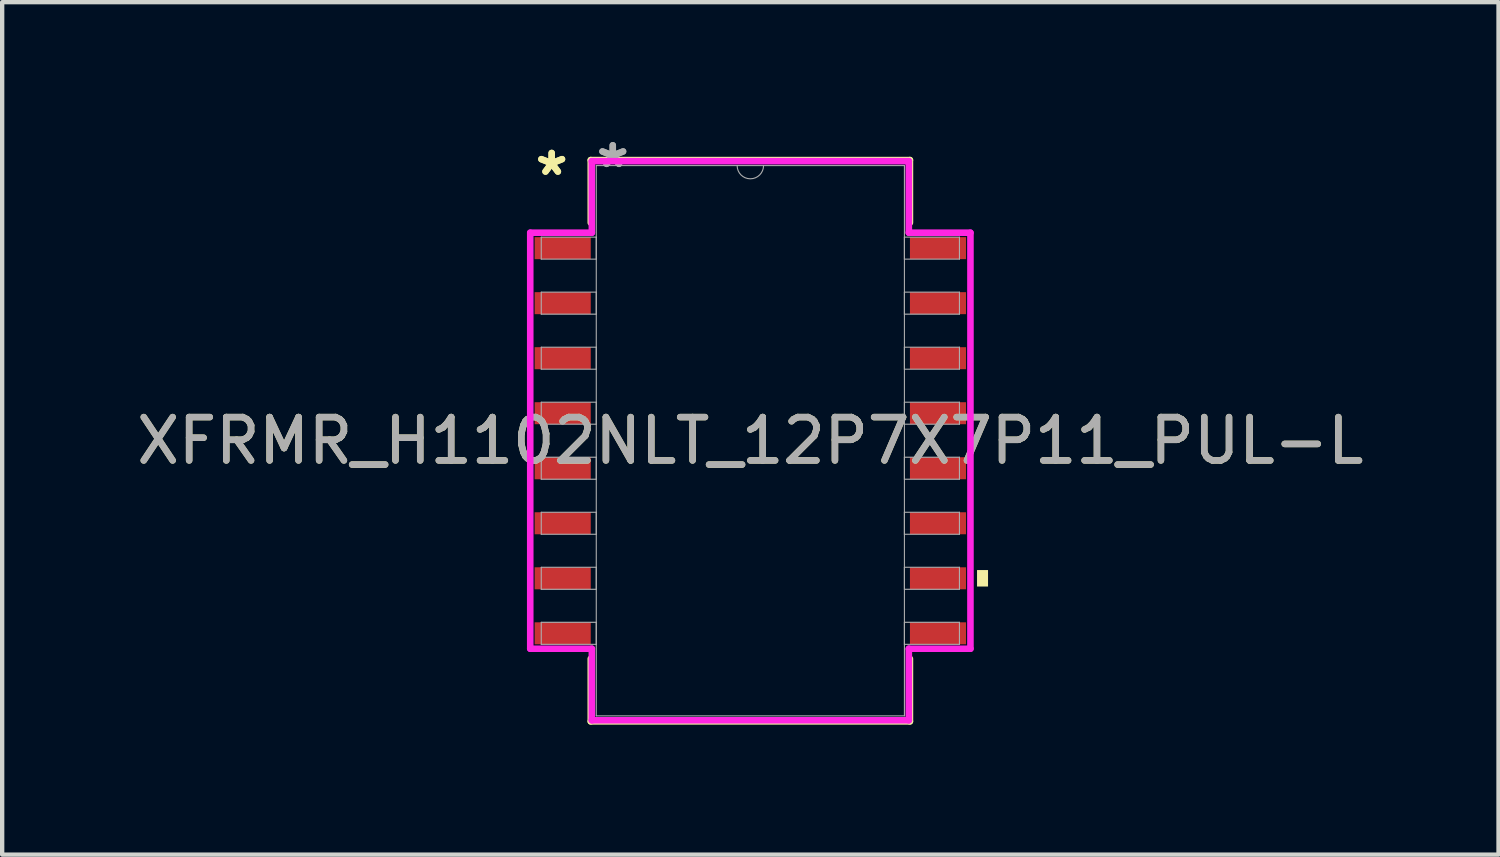
<source format=kicad_pcb>
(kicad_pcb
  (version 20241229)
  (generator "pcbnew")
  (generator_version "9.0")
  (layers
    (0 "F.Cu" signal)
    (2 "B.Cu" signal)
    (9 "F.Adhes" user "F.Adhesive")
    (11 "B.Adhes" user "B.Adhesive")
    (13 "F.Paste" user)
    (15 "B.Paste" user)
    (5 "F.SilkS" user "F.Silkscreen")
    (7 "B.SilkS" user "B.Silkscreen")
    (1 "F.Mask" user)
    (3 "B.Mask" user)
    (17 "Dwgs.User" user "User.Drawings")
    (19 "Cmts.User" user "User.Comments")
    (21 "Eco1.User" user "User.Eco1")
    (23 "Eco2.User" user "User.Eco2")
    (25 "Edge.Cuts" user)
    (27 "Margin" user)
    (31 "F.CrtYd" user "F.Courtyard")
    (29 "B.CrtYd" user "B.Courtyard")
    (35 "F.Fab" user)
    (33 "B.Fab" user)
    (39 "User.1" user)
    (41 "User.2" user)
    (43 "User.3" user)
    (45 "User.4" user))
  (footprint "XFRMR_H1102NLT_12P7X7P11_PUL-L"
    (layer "F.Cu")
    (at 14.268 7.122)
    (property "Reference" "XFRMR_H1102NLT_12P7X7P11_PUL-L" (at 0 0 0) (unlocked yes) (layer "F.SilkS") (effects (font (size 1 1) (thickness 0.15))))
    (attr smd)
    (fp_line (start -3.683 -6.477) (end -3.683 -5.032) (stroke (width 0.152) (type solid)) (layer "F.SilkS"))
    (fp_line (start -3.683 5.032) (end -3.683 6.477) (stroke (width 0.152) (type solid)) (layer "F.SilkS"))
    (fp_line (start -3.683 6.477) (end 3.683 6.477) (stroke (width 0.152) (type solid)) (layer "F.SilkS"))
    (fp_line (start 3.683 -6.477) (end -3.683 -6.477) (stroke (width 0.152) (type solid)) (layer "F.SilkS"))
    (fp_line (start 3.683 -5.032) (end 3.683 -6.477) (stroke (width 0.152) (type solid)) (layer "F.SilkS"))
    (fp_line (start 3.683 6.477) (end 3.683 5.032) (stroke (width 0.152) (type solid)) (layer "F.SilkS"))
    (fp_poly (pts (xy 5.486 2.985) (xy 5.486 3.365) (xy 5.232 3.365) (xy 5.232 2.985)) (stroke (width 0) (type solid)) (fill yes) (layer "F.SilkS"))
    (fp_line (start -5.08 -4.801) (end -3.658 -4.801) (stroke (width 0.152) (type solid)) (layer "F.CrtYd"))
    (fp_line (start -5.08 4.801) (end -5.08 -4.801) (stroke (width 0.152) (type solid)) (layer "F.CrtYd"))
    (fp_line (start -5.08 4.801) (end -3.658 4.801) (stroke (width 0.152) (type solid)) (layer "F.CrtYd"))
    (fp_line (start -3.658 -6.452) (end 3.658 -6.452) (stroke (width 0.152) (type solid)) (layer "F.CrtYd"))
    (fp_line (start -3.658 -4.801) (end -3.658 -6.452) (stroke (width 0.152) (type solid)) (layer "F.CrtYd"))
    (fp_line (start -3.658 6.452) (end -3.658 4.801) (stroke (width 0.152) (type solid)) (layer "F.CrtYd"))
    (fp_line (start 3.658 -6.452) (end 3.658 -4.801) (stroke (width 0.152) (type solid)) (layer "F.CrtYd"))
    (fp_line (start 3.658 4.801) (end 3.658 6.452) (stroke (width 0.152) (type solid)) (layer "F.CrtYd"))
    (fp_line (start 3.658 6.452) (end -3.658 6.452) (stroke (width 0.152) (type solid)) (layer "F.CrtYd"))
    (fp_line (start 5.08 -4.801) (end 3.658 -4.801) (stroke (width 0.152) (type solid)) (layer "F.CrtYd"))
    (fp_line (start 5.08 -4.801) (end 5.08 4.801) (stroke (width 0.152) (type solid)) (layer "F.CrtYd"))
    (fp_line (start 5.08 4.801) (end 3.658 4.801) (stroke (width 0.152) (type solid)) (layer "F.CrtYd"))
    (fp_line (start -4.826 -4.699) (end -4.826 -4.191) (stroke (width 0.025) (type solid)) (layer "F.Fab"))
    (fp_line (start -4.826 -4.191) (end -3.556 -4.191) (stroke (width 0.025) (type solid)) (layer "F.Fab"))
    (fp_line (start -4.826 -3.429) (end -4.826 -2.921) (stroke (width 0.025) (type solid)) (layer "F.Fab"))
    (fp_line (start -4.826 -2.921) (end -3.556 -2.921) (stroke (width 0.025) (type solid)) (layer "F.Fab"))
    (fp_line (start -4.826 -2.159) (end -4.826 -1.651) (stroke (width 0.025) (type solid)) (layer "F.Fab"))
    (fp_line (start -4.826 -1.651) (end -3.556 -1.651) (stroke (width 0.025) (type solid)) (layer "F.Fab"))
    (fp_line (start -4.826 -0.889) (end -4.826 -0.381) (stroke (width 0.025) (type solid)) (layer "F.Fab"))
    (fp_line (start -4.826 -0.381) (end -3.556 -0.381) (stroke (width 0.025) (type solid)) (layer "F.Fab"))
    (fp_line (start -4.826 0.381) (end -4.826 0.889) (stroke (width 0.025) (type solid)) (layer "F.Fab"))
    (fp_line (start -4.826 0.889) (end -3.556 0.889) (stroke (width 0.025) (type solid)) (layer "F.Fab"))
    (fp_line (start -4.826 1.651) (end -4.826 2.159) (stroke (width 0.025) (type solid)) (layer "F.Fab"))
    (fp_line (start -4.826 2.159) (end -3.556 2.159) (stroke (width 0.025) (type solid)) (layer "F.Fab"))
    (fp_line (start -4.826 2.921) (end -4.826 3.429) (stroke (width 0.025) (type solid)) (layer "F.Fab"))
    (fp_line (start -4.826 3.429) (end -3.556 3.429) (stroke (width 0.025) (type solid)) (layer "F.Fab"))
    (fp_line (start -4.826 4.191) (end -4.826 4.699) (stroke (width 0.025) (type solid)) (layer "F.Fab"))
    (fp_line (start -4.826 4.699) (end -3.556 4.699) (stroke (width 0.025) (type solid)) (layer "F.Fab"))
    (fp_line (start -3.556 -6.35) (end -3.556 6.35) (stroke (width 0.025) (type solid)) (layer "F.Fab"))
    (fp_line (start -3.556 -4.699) (end -4.826 -4.699) (stroke (width 0.025) (type solid)) (layer "F.Fab"))
    (fp_line (start -3.556 -4.191) (end -3.556 -4.699) (stroke (width 0.025) (type solid)) (layer "F.Fab"))
    (fp_line (start -3.556 -3.429) (end -4.826 -3.429) (stroke (width 0.025) (type solid)) (layer "F.Fab"))
    (fp_line (start -3.556 -2.921) (end -3.556 -3.429) (stroke (width 0.025) (type solid)) (layer "F.Fab"))
    (fp_line (start -3.556 -2.159) (end -4.826 -2.159) (stroke (width 0.025) (type solid)) (layer "F.Fab"))
    (fp_line (start -3.556 -1.651) (end -3.556 -2.159) (stroke (width 0.025) (type solid)) (layer "F.Fab"))
    (fp_line (start -3.556 -0.889) (end -4.826 -0.889) (stroke (width 0.025) (type solid)) (layer "F.Fab"))
    (fp_line (start -3.556 -0.381) (end -3.556 -0.889) (stroke (width 0.025) (type solid)) (layer "F.Fab"))
    (fp_line (start -3.556 0.381) (end -4.826 0.381) (stroke (width 0.025) (type solid)) (layer "F.Fab"))
    (fp_line (start -3.556 0.889) (end -3.556 0.381) (stroke (width 0.025) (type solid)) (layer "F.Fab"))
    (fp_line (start -3.556 1.651) (end -4.826 1.651) (stroke (width 0.025) (type solid)) (layer "F.Fab"))
    (fp_line (start -3.556 2.159) (end -3.556 1.651) (stroke (width 0.025) (type solid)) (layer "F.Fab"))
    (fp_line (start -3.556 2.921) (end -4.826 2.921) (stroke (width 0.025) (type solid)) (layer "F.Fab"))
    (fp_line (start -3.556 3.429) (end -3.556 2.921) (stroke (width 0.025) (type solid)) (layer "F.Fab"))
    (fp_line (start -3.556 4.191) (end -4.826 4.191) (stroke (width 0.025) (type solid)) (layer "F.Fab"))
    (fp_line (start -3.556 4.699) (end -3.556 4.191) (stroke (width 0.025) (type solid)) (layer "F.Fab"))
    (fp_line (start -3.556 6.35) (end 3.556 6.35) (stroke (width 0.025) (type solid)) (layer "F.Fab"))
    (fp_line (start 3.556 -6.35) (end -3.556 -6.35) (stroke (width 0.025) (type solid)) (layer "F.Fab"))
    (fp_line (start 3.556 -4.699) (end 3.556 -4.191) (stroke (width 0.025) (type solid)) (layer "F.Fab"))
    (fp_line (start 3.556 -4.191) (end 4.826 -4.191) (stroke (width 0.025) (type solid)) (layer "F.Fab"))
    (fp_line (start 3.556 -3.429) (end 3.556 -2.921) (stroke (width 0.025) (type solid)) (layer "F.Fab"))
    (fp_line (start 3.556 -2.921) (end 4.826 -2.921) (stroke (width 0.025) (type solid)) (layer "F.Fab"))
    (fp_line (start 3.556 -2.159) (end 3.556 -1.651) (stroke (width 0.025) (type solid)) (layer "F.Fab"))
    (fp_line (start 3.556 -1.651) (end 4.826 -1.651) (stroke (width 0.025) (type solid)) (layer "F.Fab"))
    (fp_line (start 3.556 -0.889) (end 3.556 -0.381) (stroke (width 0.025) (type solid)) (layer "F.Fab"))
    (fp_line (start 3.556 -0.381) (end 4.826 -0.381) (stroke (width 0.025) (type solid)) (layer "F.Fab"))
    (fp_line (start 3.556 0.381) (end 3.556 0.889) (stroke (width 0.025) (type solid)) (layer "F.Fab"))
    (fp_line (start 3.556 0.889) (end 4.826 0.889) (stroke (width 0.025) (type solid)) (layer "F.Fab"))
    (fp_line (start 3.556 1.651) (end 3.556 2.159) (stroke (width 0.025) (type solid)) (layer "F.Fab"))
    (fp_line (start 3.556 2.159) (end 4.826 2.159) (stroke (width 0.025) (type solid)) (layer "F.Fab"))
    (fp_line (start 3.556 2.921) (end 3.556 3.429) (stroke (width 0.025) (type solid)) (layer "F.Fab"))
    (fp_line (start 3.556 3.429) (end 4.826 3.429) (stroke (width 0.025) (type solid)) (layer "F.Fab"))
    (fp_line (start 3.556 4.191) (end 3.556 4.699) (stroke (width 0.025) (type solid)) (layer "F.Fab"))
    (fp_line (start 3.556 4.699) (end 4.826 4.699) (stroke (width 0.025) (type solid)) (layer "F.Fab"))
    (fp_line (start 3.556 6.35) (end 3.556 -6.35) (stroke (width 0.025) (type solid)) (layer "F.Fab"))
    (fp_line (start 4.826 -4.699) (end 3.556 -4.699) (stroke (width 0.025) (type solid)) (layer "F.Fab"))
    (fp_line (start 4.826 -4.191) (end 4.826 -4.699) (stroke (width 0.025) (type solid)) (layer "F.Fab"))
    (fp_line (start 4.826 -3.429) (end 3.556 -3.429) (stroke (width 0.025) (type solid)) (layer "F.Fab"))
    (fp_line (start 4.826 -2.921) (end 4.826 -3.429) (stroke (width 0.025) (type solid)) (layer "F.Fab"))
    (fp_line (start 4.826 -2.159) (end 3.556 -2.159) (stroke (width 0.025) (type solid)) (layer "F.Fab"))
    (fp_line (start 4.826 -1.651) (end 4.826 -2.159) (stroke (width 0.025) (type solid)) (layer "F.Fab"))
    (fp_line (start 4.826 -0.889) (end 3.556 -0.889) (stroke (width 0.025) (type solid)) (layer "F.Fab"))
    (fp_line (start 4.826 -0.381) (end 4.826 -0.889) (stroke (width 0.025) (type solid)) (layer "F.Fab"))
    (fp_line (start 4.826 0.381) (end 3.556 0.381) (stroke (width 0.025) (type solid)) (layer "F.Fab"))
    (fp_line (start 4.826 0.889) (end 4.826 0.381) (stroke (width 0.025) (type solid)) (layer "F.Fab"))
    (fp_line (start 4.826 1.651) (end 3.556 1.651) (stroke (width 0.025) (type solid)) (layer "F.Fab"))
    (fp_line (start 4.826 2.159) (end 4.826 1.651) (stroke (width 0.025) (type solid)) (layer "F.Fab"))
    (fp_line (start 4.826 2.921) (end 3.556 2.921) (stroke (width 0.025) (type solid)) (layer "F.Fab"))
    (fp_line (start 4.826 3.429) (end 4.826 2.921) (stroke (width 0.025) (type solid)) (layer "F.Fab"))
    (fp_line (start 4.826 4.191) (end 3.556 4.191) (stroke (width 0.025) (type solid)) (layer "F.Fab"))
    (fp_line (start 4.826 4.699) (end 4.826 4.191) (stroke (width 0.025) (type solid)) (layer "F.Fab"))
    (fp_arc (start 0.3048 -6.35) (mid 0 -6.0452) (end -0.3048 -6.35) (stroke (width 0.0254) (type solid)) (layer "F.Fab"))
    (fp_text user "*" (at -4.585 -6.096 0) (layer "F.SilkS") (effects (font (size 1 1) (thickness 0.15))))
    (fp_text user "*" (at -4.585 -6.096 0) (unlocked yes) (layer "F.SilkS") (effects (font (size 1 1) (thickness 0.15))))
    (fp_text user "${REFERENCE}" (at 0 0 0) (unlocked yes) (layer "F.Fab") (effects (font (size 1 1) (thickness 0.15))))
    (fp_text user "*" (at -3.175 -6.274 0) (layer "F.Fab") (effects (font (size 1 1) (thickness 0.15))))
    (fp_text user "*" (at -3.175 -6.274 0) (unlocked yes) (layer "F.Fab") (effects (font (size 1 1) (thickness 0.15))))
    (pad "1" smd rect (at -4.331 -4.445) (size 1.295 0.508) (layers "F.Cu" "F.Mask" "F.Paste"))
    (pad "2" smd rect (at -4.331 -3.175) (size 1.295 0.508) (layers "F.Cu" "F.Mask" "F.Paste"))
    (pad "3" smd rect (at -4.331 -1.905) (size 1.295 0.508) (layers "F.Cu" "F.Mask" "F.Paste"))
    (pad "4" smd rect (at -4.331 -0.635) (size 1.295 0.508) (layers "F.Cu" "F.Mask" "F.Paste"))
    (pad "5" smd rect (at -4.331 0.635) (size 1.295 0.508) (layers "F.Cu" "F.Mask" "F.Paste"))
    (pad "6" smd rect (at -4.331 1.905) (size 1.295 0.508) (layers "F.Cu" "F.Mask" "F.Paste"))
    (pad "7" smd rect (at -4.331 3.175) (size 1.295 0.508) (layers "F.Cu" "F.Mask" "F.Paste"))
    (pad "8" smd rect (at -4.331 4.445) (size 1.295 0.508) (layers "F.Cu" "F.Mask" "F.Paste"))
    (pad "9" smd rect (at 4.331 4.445) (size 1.295 0.508) (layers "F.Cu" "F.Mask" "F.Paste"))
    (pad "10" smd rect (at 4.331 3.175) (size 1.295 0.508) (layers "F.Cu" "F.Mask" "F.Paste"))
    (pad "11" smd rect (at 4.331 1.905) (size 1.295 0.508) (layers "F.Cu" "F.Mask" "F.Paste"))
    (pad "12" smd rect (at 4.331 0.635) (size 1.295 0.508) (layers "F.Cu" "F.Mask" "F.Paste"))
    (pad "13" smd rect (at 4.331 -0.635) (size 1.295 0.508) (layers "F.Cu" "F.Mask" "F.Paste"))
    (pad "14" smd rect (at 4.331 -1.905) (size 1.295 0.508) (layers "F.Cu" "F.Mask" "F.Paste"))
    (pad "15" smd rect (at 4.331 -3.175) (size 1.295 0.508) (layers "F.Cu" "F.Mask" "F.Paste"))
    (pad "16" smd rect (at 4.331 -4.445) (size 1.295 0.508) (layers "F.Cu" "F.Mask" "F.Paste")))
  (gr_rect
    (start -3 -3)
    (end 31.536 16.675)
    (stroke (width 0.1) (type default))
    (fill no)
    (layer "Edge.Cuts")))
</source>
